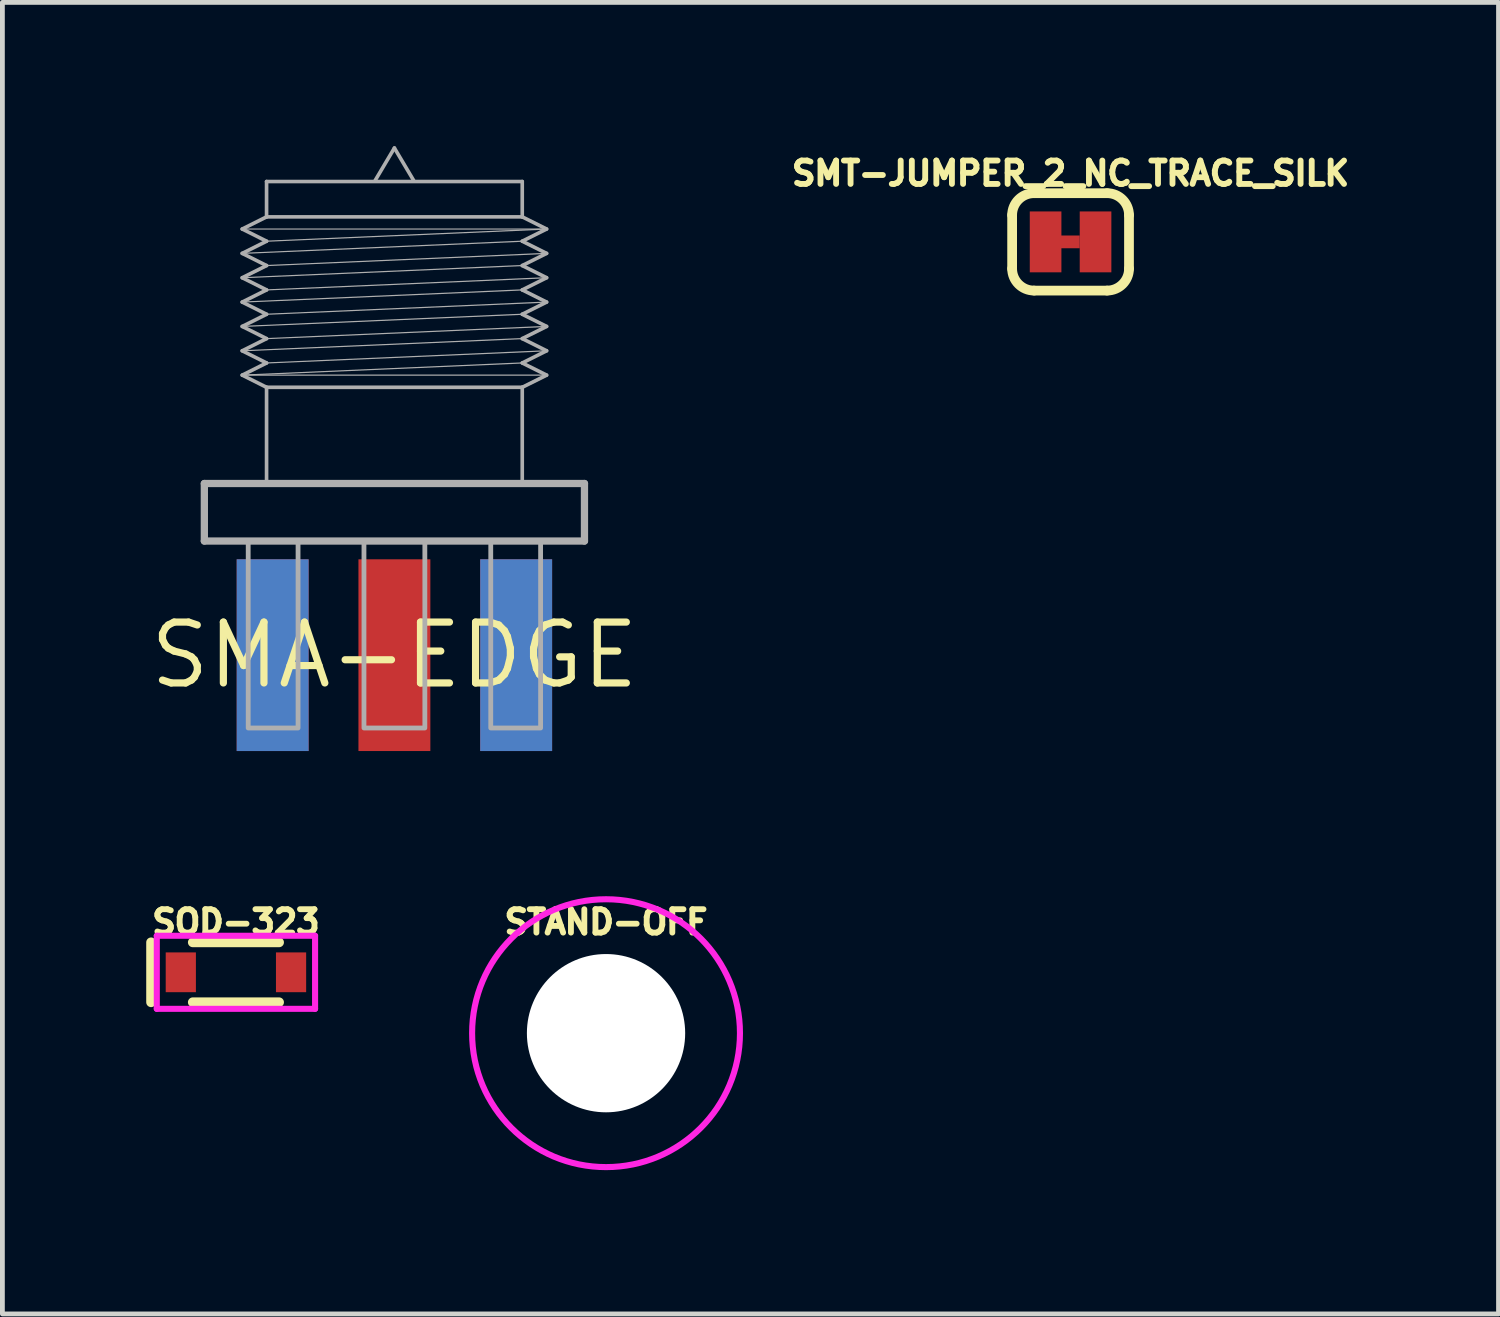
<source format=kicad_pcb>
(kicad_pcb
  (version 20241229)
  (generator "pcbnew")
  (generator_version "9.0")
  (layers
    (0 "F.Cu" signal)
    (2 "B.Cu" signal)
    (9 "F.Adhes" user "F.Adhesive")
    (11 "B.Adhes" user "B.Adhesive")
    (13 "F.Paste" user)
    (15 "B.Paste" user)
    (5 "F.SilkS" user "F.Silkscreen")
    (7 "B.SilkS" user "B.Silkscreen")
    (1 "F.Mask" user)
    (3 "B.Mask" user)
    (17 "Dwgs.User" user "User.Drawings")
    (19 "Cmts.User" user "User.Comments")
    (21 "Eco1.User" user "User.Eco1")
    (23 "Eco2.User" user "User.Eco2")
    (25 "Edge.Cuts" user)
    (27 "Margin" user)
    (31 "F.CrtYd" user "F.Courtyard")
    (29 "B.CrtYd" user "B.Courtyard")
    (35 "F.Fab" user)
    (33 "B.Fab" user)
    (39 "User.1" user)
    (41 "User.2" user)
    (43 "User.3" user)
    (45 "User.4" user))
  (footprint "SMA-EDGE"
    (layer "F.Cu")
    (at 5.178 10.618)
    (property "Reference" "SMA-EDGE" (at 0 0 0) (layer "F.SilkS") (effects (font (size 1.27 1.27) (thickness 0.15))))
    (fp_line (start -3.965 -3.581) (end 3.965 -3.581) (stroke (width 0.152) (type solid)) (layer "F.Fab"))
    (fp_line (start -3.965 -2.381) (end -3.965 -3.581) (stroke (width 0.152) (type solid)) (layer "F.Fab"))
    (fp_line (start -3.175 -8.89) (end -2.667 -9.144) (stroke (width 0.076) (type solid)) (layer "F.Fab"))
    (fp_line (start -3.175 -8.382) (end -2.667 -8.636) (stroke (width 0.076) (type solid)) (layer "F.Fab"))
    (fp_line (start -3.175 -8.382) (end 2.667 -8.636) (stroke (width 0.025) (type solid)) (layer "F.Fab"))
    (fp_line (start -3.175 -7.874) (end -2.667 -8.128) (stroke (width 0.076) (type solid)) (layer "F.Fab"))
    (fp_line (start -3.175 -7.874) (end -2.667 -7.62) (stroke (width 0.076) (type solid)) (layer "F.Fab"))
    (fp_line (start -3.175 -7.874) (end 2.667 -8.128) (stroke (width 0.025) (type solid)) (layer "F.Fab"))
    (fp_line (start -3.175 -7.366) (end -2.667 -7.62) (stroke (width 0.076) (type solid)) (layer "F.Fab"))
    (fp_line (start -3.175 -7.366) (end 2.667 -7.62) (stroke (width 0.025) (type solid)) (layer "F.Fab"))
    (fp_line (start -3.175 -6.858) (end -2.667 -7.112) (stroke (width 0.076) (type solid)) (layer "F.Fab"))
    (fp_line (start -3.175 -6.858) (end 2.667 -7.112) (stroke (width 0.025) (type solid)) (layer "F.Fab"))
    (fp_line (start -3.175 -6.35) (end -2.667 -6.604) (stroke (width 0.076) (type solid)) (layer "F.Fab"))
    (fp_line (start -3.175 -6.35) (end 2.667 -6.604) (stroke (width 0.025) (type solid)) (layer "F.Fab"))
    (fp_line (start -3.175 -5.842) (end -2.667 -6.096) (stroke (width 0.076) (type solid)) (layer "F.Fab"))
    (fp_line (start -3.175 -5.842) (end 2.667 -6.096) (stroke (width 0.025) (type solid)) (layer "F.Fab"))
    (fp_line (start -3.175 -5.842) (end 3.175 -5.842) (stroke (width 0.025) (type solid)) (layer "F.Fab"))
    (fp_line (start -2.667 -9.881) (end 2.667 -9.881) (stroke (width 0.076) (type solid)) (layer "F.Fab"))
    (fp_line (start -2.667 -9.144) (end -2.667 -9.881) (stroke (width 0.076) (type solid)) (layer "F.Fab"))
    (fp_line (start -2.667 -9.144) (end 2.667 -9.144) (stroke (width 0.076) (type solid)) (layer "F.Fab"))
    (fp_line (start -2.667 -8.636) (end -3.175 -8.89) (stroke (width 0.076) (type solid)) (layer "F.Fab"))
    (fp_line (start -2.667 -8.636) (end 3.175 -8.89) (stroke (width 0.025) (type solid)) (layer "F.Fab"))
    (fp_line (start -2.667 -8.128) (end -3.175 -8.382) (stroke (width 0.076) (type solid)) (layer "F.Fab"))
    (fp_line (start -2.667 -8.128) (end 3.175 -8.382) (stroke (width 0.025) (type solid)) (layer "F.Fab"))
    (fp_line (start -2.667 -7.62) (end 3.175 -7.874) (stroke (width 0.025) (type solid)) (layer "F.Fab"))
    (fp_line (start -2.667 -7.112) (end -3.175 -7.366) (stroke (width 0.076) (type solid)) (layer "F.Fab"))
    (fp_line (start -2.667 -7.112) (end 3.175 -7.366) (stroke (width 0.025) (type solid)) (layer "F.Fab"))
    (fp_line (start -2.667 -6.604) (end -3.175 -6.858) (stroke (width 0.076) (type solid)) (layer "F.Fab"))
    (fp_line (start -2.667 -6.604) (end 3.175 -6.858) (stroke (width 0.025) (type solid)) (layer "F.Fab"))
    (fp_line (start -2.667 -6.096) (end -3.175 -6.35) (stroke (width 0.076) (type solid)) (layer "F.Fab"))
    (fp_line (start -2.667 -6.096) (end 3.175 -6.35) (stroke (width 0.025) (type solid)) (layer "F.Fab"))
    (fp_line (start -2.667 -5.588) (end -3.175 -5.842) (stroke (width 0.076) (type solid)) (layer "F.Fab"))
    (fp_line (start -2.667 -5.588) (end 2.667 -5.588) (stroke (width 0.076) (type solid)) (layer "F.Fab"))
    (fp_line (start -2.667 -3.581) (end -2.667 -5.588) (stroke (width 0.076) (type solid)) (layer "F.Fab"))
    (fp_line (start -0.4 -9.906) (end 0 -10.58) (stroke (width 0.076) (type solid)) (layer "F.Fab"))
    (fp_line (start 0 -10.58) (end 0.4 -9.906) (stroke (width 0.076) (type solid)) (layer "F.Fab"))
    (fp_line (start 2.667 -9.881) (end 2.667 -9.144) (stroke (width 0.076) (type solid)) (layer "F.Fab"))
    (fp_line (start 2.667 -9.144) (end 3.175 -8.89) (stroke (width 0.076) (type solid)) (layer "F.Fab"))
    (fp_line (start 2.667 -8.636) (end 3.175 -8.382) (stroke (width 0.076) (type solid)) (layer "F.Fab"))
    (fp_line (start 2.667 -8.128) (end 3.175 -7.874) (stroke (width 0.076) (type solid)) (layer "F.Fab"))
    (fp_line (start 2.667 -7.62) (end 3.175 -7.366) (stroke (width 0.076) (type solid)) (layer "F.Fab"))
    (fp_line (start 2.667 -7.112) (end 3.175 -6.858) (stroke (width 0.076) (type solid)) (layer "F.Fab"))
    (fp_line (start 2.667 -6.604) (end 3.175 -6.35) (stroke (width 0.076) (type solid)) (layer "F.Fab"))
    (fp_line (start 2.667 -6.096) (end 3.175 -5.842) (stroke (width 0.076) (type solid)) (layer "F.Fab"))
    (fp_line (start 2.667 -5.588) (end 2.667 -3.556) (stroke (width 0.076) (type solid)) (layer "F.Fab"))
    (fp_line (start 3.175 -8.89) (end -3.175 -8.89) (stroke (width 0.025) (type solid)) (layer "F.Fab"))
    (fp_line (start 3.175 -8.89) (end 2.667 -8.636) (stroke (width 0.076) (type solid)) (layer "F.Fab"))
    (fp_line (start 3.175 -8.382) (end 2.667 -8.128) (stroke (width 0.076) (type solid)) (layer "F.Fab"))
    (fp_line (start 3.175 -7.874) (end 2.667 -7.62) (stroke (width 0.076) (type solid)) (layer "F.Fab"))
    (fp_line (start 3.175 -7.366) (end 2.667 -7.112) (stroke (width 0.076) (type solid)) (layer "F.Fab"))
    (fp_line (start 3.175 -6.858) (end 2.667 -6.604) (stroke (width 0.076) (type solid)) (layer "F.Fab"))
    (fp_line (start 3.175 -6.35) (end 2.667 -6.096) (stroke (width 0.076) (type solid)) (layer "F.Fab"))
    (fp_line (start 3.175 -5.842) (end 2.667 -5.588) (stroke (width 0.076) (type solid)) (layer "F.Fab"))
    (fp_line (start 3.965 -3.581) (end 3.965 -2.381) (stroke (width 0.152) (type solid)) (layer "F.Fab"))
    (fp_line (start 3.965 -2.381) (end -3.965 -2.381) (stroke (width 0.152) (type solid)) (layer "F.Fab"))
    (fp_poly (pts (xy -3.05 1.519) (xy -2.01 1.519) (xy -2.01 -2.381) (xy -3.05 -2.381)) (stroke (width 0.1) (type default)) (fill no) (layer "F.Fab"))
    (fp_poly (pts (xy -0.635 1.519) (xy 0.635 1.519) (xy 0.635 -2.381) (xy -0.635 -2.381)) (stroke (width 0.1) (type default)) (fill no) (layer "F.Fab"))
    (fp_poly (pts (xy 2.01 1.519) (xy 3.05 1.519) (xy 3.05 -2.381) (xy 2.01 -2.381)) (stroke (width 0.1) (type default)) (fill no) (layer "F.Fab"))
    (pad "GND@0" smd rect (at -2.54 0) (size 1.5 4) (layers "F.Cu" "F.Mask"))
    (pad "GND@1" smd rect (at 2.54 0) (size 1.5 4) (layers "F.Cu" "F.Mask"))
    (pad "GND@2" smd rect (at -2.54 0) (size 1.5 4) (layers "B.Cu" "B.Mask"))
    (pad "GND@3" smd rect (at 2.54 0) (size 1.5 4) (layers "B.Cu" "B.Mask"))
    (pad "SIG" smd rect (at 0 0) (size 1.5 4) (layers "F.Cu" "F.Mask")))
  (footprint "SOD-323"
    (layer "F.Cu")
    (at 1.872 17.234)
    (property "Reference" "SOD-323" (at 0 -0.762 0) (unlocked yes) (layer "F.SilkS") (effects (font (size 0.488 0.488) (thickness 0.122)) (justify bottom)))
    (fp_line (start -1.77 -0.625) (end -1.77 0.625) (stroke (width 0.203) (type solid)) (layer "F.SilkS"))
    (fp_line (start -0.9 -0.625) (end 0.9 -0.625) (stroke (width 0.203) (type solid)) (layer "F.SilkS"))
    (fp_line (start -0.9 0.625) (end 0.9 0.625) (stroke (width 0.203) (type solid)) (layer "F.SilkS"))
    (fp_line (start -1.651 -0.762) (end 1.651 -0.762) (stroke (width 0.127) (type solid)) (layer "F.CrtYd"))
    (fp_line (start -1.651 0.762) (end -1.651 -0.762) (stroke (width 0.127) (type solid)) (layer "F.CrtYd"))
    (fp_line (start 1.651 -0.762) (end 1.651 0.762) (stroke (width 0.127) (type solid)) (layer "F.CrtYd"))
    (fp_line (start 1.651 0.762) (end -1.651 0.762) (stroke (width 0.127) (type solid)) (layer "F.CrtYd"))
    (pad "A" smd rect (at 1.15 0) (size 0.63 0.83) (layers "F.Cu" "F.Mask" "F.Paste"))
    (pad "C" smd rect (at -1.15 0) (size 0.63 0.83) (layers "F.Cu" "F.Mask" "F.Paste")))
  (footprint "SMT-JUMPER_2_NC_TRACE_SILK"
    (layer "F.Cu")
    (at 19.284 1.996)
    (property "Reference" "SMT-JUMPER_2_NC_TRACE_SILK" (at 0 -1.143 0) (unlocked yes) (layer "F.SilkS") (effects (font (size 0.488 0.488) (thickness 0.122)) (justify bottom)))
    (fp_poly (pts (xy 0.191 0.133) (xy -0.705 0.133) (xy -0.705 -0.133) (xy 0.191 -0.133)) (stroke (width 0) (type default)) (fill yes) (layer "F.Cu"))
    (fp_poly (pts (xy 0.254 0.191) (xy -0.254 0.191) (xy -0.254 -0.191) (xy 0.254 -0.191)) (stroke (width 0) (type default)) (fill yes) (layer "F.Mask"))
    (fp_line (start -1.219 0.559) (end -1.219 -0.559) (stroke (width 0.203) (type solid)) (layer "F.SilkS"))
    (fp_line (start -0.762 -1.016) (end 0.762 -1.016) (stroke (width 0.203) (type solid)) (layer "F.SilkS"))
    (fp_line (start 0.762 1.016) (end -0.762 1.016) (stroke (width 0.203) (type solid)) (layer "F.SilkS"))
    (fp_line (start 1.219 0.559) (end 1.219 -0.559) (stroke (width 0.203) (type solid)) (layer "F.SilkS"))
    (fp_arc (start -1.2192 -0.5588) (mid -1.085289 -0.882089) (end -0.762 -1.016) (stroke (width 0.2032) (type solid)) (layer "F.SilkS"))
    (fp_arc (start -0.762 1.016) (mid -1.085289 0.882089) (end -1.2192 0.5588) (stroke (width 0.2032) (type solid)) (layer "F.SilkS"))
    (fp_arc (start 0.762 -1.016) (mid 1.085289 -0.882089) (end 1.2192 -0.5588) (stroke (width 0.2032) (type solid)) (layer "F.SilkS"))
    (fp_arc (start 1.2192 0.5588) (mid 1.085289 0.882089) (end 0.762 1.016) (stroke (width 0.2032) (type solid)) (layer "F.SilkS"))
    (pad "1" smd rect (at -0.521 0) (size 0.66 1.27) (layers "F.Cu" "F.Mask"))
    (pad "2" smd rect (at 0.521 0) (size 0.66 1.27) (layers "F.Cu" "F.Mask")))
  (footprint "STAND-OFF"
    (layer "F.Cu")
    (at 9.593 18.504)
    (property "Reference" "STAND-OFF" (at 0 -2.032 0) (unlocked yes) (layer "F.SilkS") (effects (font (size 0.488 0.488) (thickness 0.122)) (justify bottom)))
    (fp_circle (center 0 0) (end 2.794 0) (stroke (width 0.127) (type solid)) (fill no) (layer "F.CrtYd"))
    (pad "" np_thru_hole circle (at 0 0) (size 3.302 3.302) (drill 3.302) (layers "*.Cu" "*.Mask")))
  (gr_rect
    (start -3 -3)
    (end 28.212 24.361)
    (stroke (width 0.1) (type default))
    (fill no)
    (layer "Edge.Cuts")))
</source>
